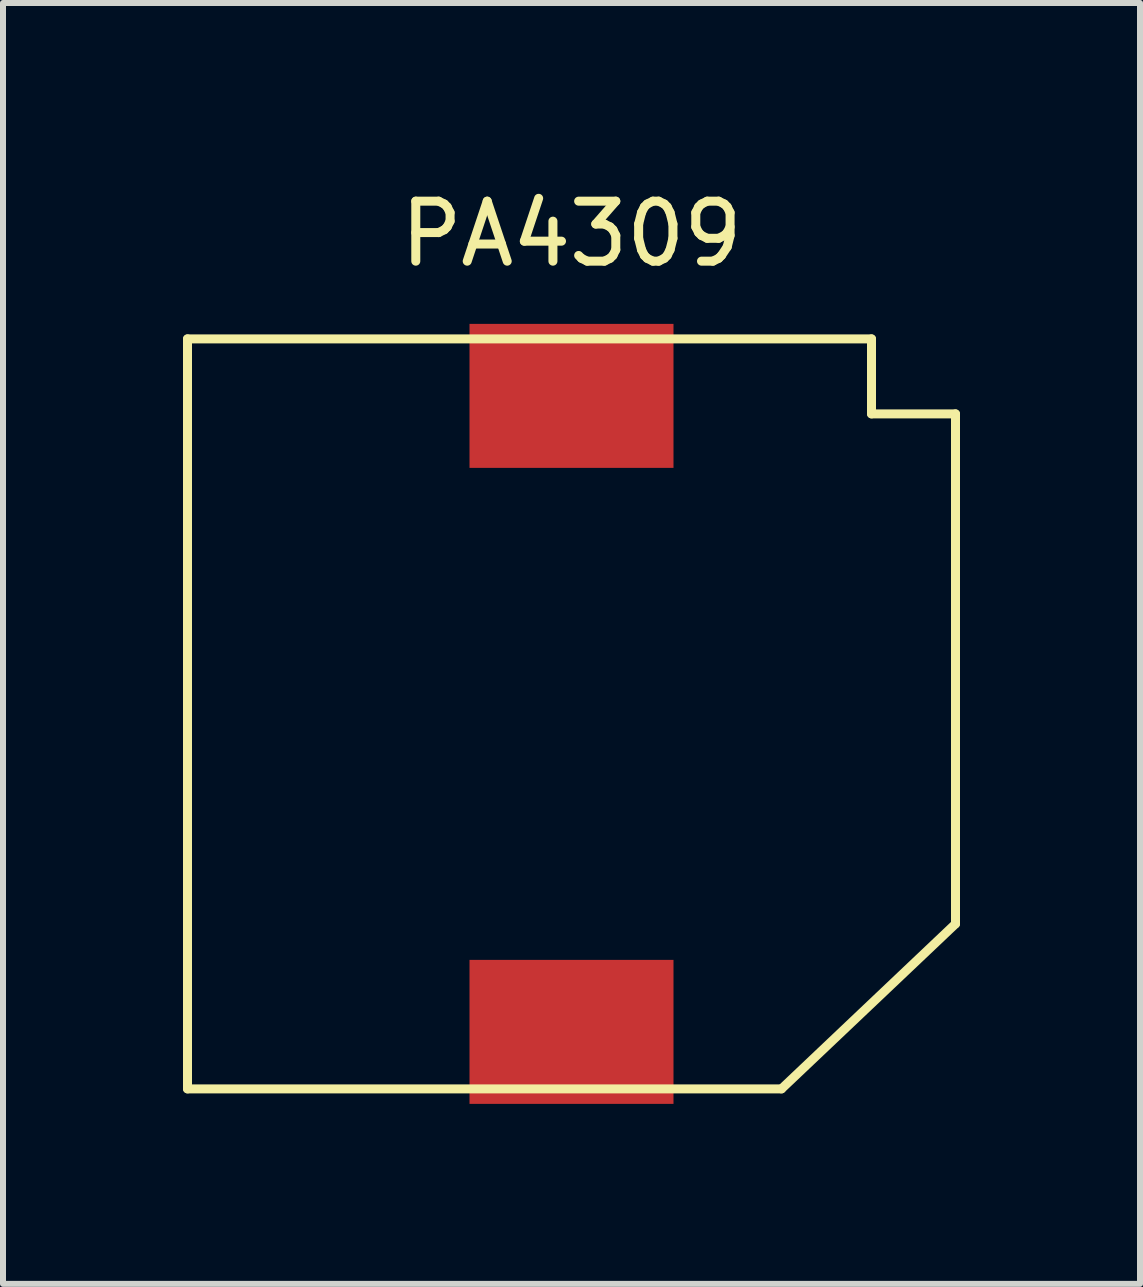
<source format=kicad_pcb>
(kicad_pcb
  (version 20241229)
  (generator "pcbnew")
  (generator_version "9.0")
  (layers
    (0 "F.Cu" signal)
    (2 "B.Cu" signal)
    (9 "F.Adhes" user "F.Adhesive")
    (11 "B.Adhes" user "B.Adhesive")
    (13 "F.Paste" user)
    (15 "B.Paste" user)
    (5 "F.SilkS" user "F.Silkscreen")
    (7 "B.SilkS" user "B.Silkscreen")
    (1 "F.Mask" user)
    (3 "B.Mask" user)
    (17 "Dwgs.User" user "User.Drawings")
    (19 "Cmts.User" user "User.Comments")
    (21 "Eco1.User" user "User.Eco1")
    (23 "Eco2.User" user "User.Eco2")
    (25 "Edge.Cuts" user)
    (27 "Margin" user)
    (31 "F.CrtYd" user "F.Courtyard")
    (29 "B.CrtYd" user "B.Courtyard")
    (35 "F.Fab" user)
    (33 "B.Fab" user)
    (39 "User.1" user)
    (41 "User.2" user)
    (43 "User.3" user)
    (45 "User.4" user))
  (footprint "PA4309"
    (layer "F.Cu")
    (at 6.475 8.848)
    (property "Reference" "PA4309" (at 0 -8 0) (layer "F.SilkS") (effects (font (size 1 1) (thickness 0.15))))
    (attr through_hole)
    (fp_line (start -6.4 -6.25) (end -6.4 6.25) (stroke (width 0.15) (type solid)) (layer "F.SilkS"))
    (fp_line (start -6.4 6.25) (end 3.5 6.25) (stroke (width 0.15) (type solid)) (layer "F.SilkS"))
    (fp_line (start 3.5 6.25) (end 6.4 3.5) (stroke (width 0.15) (type solid)) (layer "F.SilkS"))
    (fp_line (start 5 -6.25) (end -6.4 -6.25) (stroke (width 0.15) (type solid)) (layer "F.SilkS"))
    (fp_line (start 5 -6.25) (end 5 -5) (stroke (width 0.15) (type solid)) (layer "F.SilkS"))
    (fp_line (start 5 -5) (end 6.4 -5) (stroke (width 0.15) (type solid)) (layer "F.SilkS"))
    (fp_line (start 6.4 3.5) (end 6.4 -5) (stroke (width 0.15) (type solid)) (layer "F.SilkS"))
    (pad "1" smd rect (at 0 -5.3) (size 3.4 2.4) (layers "F.Cu" "F.Mask" "F.Paste"))
    (pad "2" smd rect (at 0 5.3) (size 3.4 2.4) (layers "F.Cu" "F.Mask" "F.Paste")))
  (gr_rect
    (start -3 -3)
    (end 15.95 18.348)
    (stroke (width 0.1) (type default))
    (fill no)
    (layer "Edge.Cuts")))
</source>
